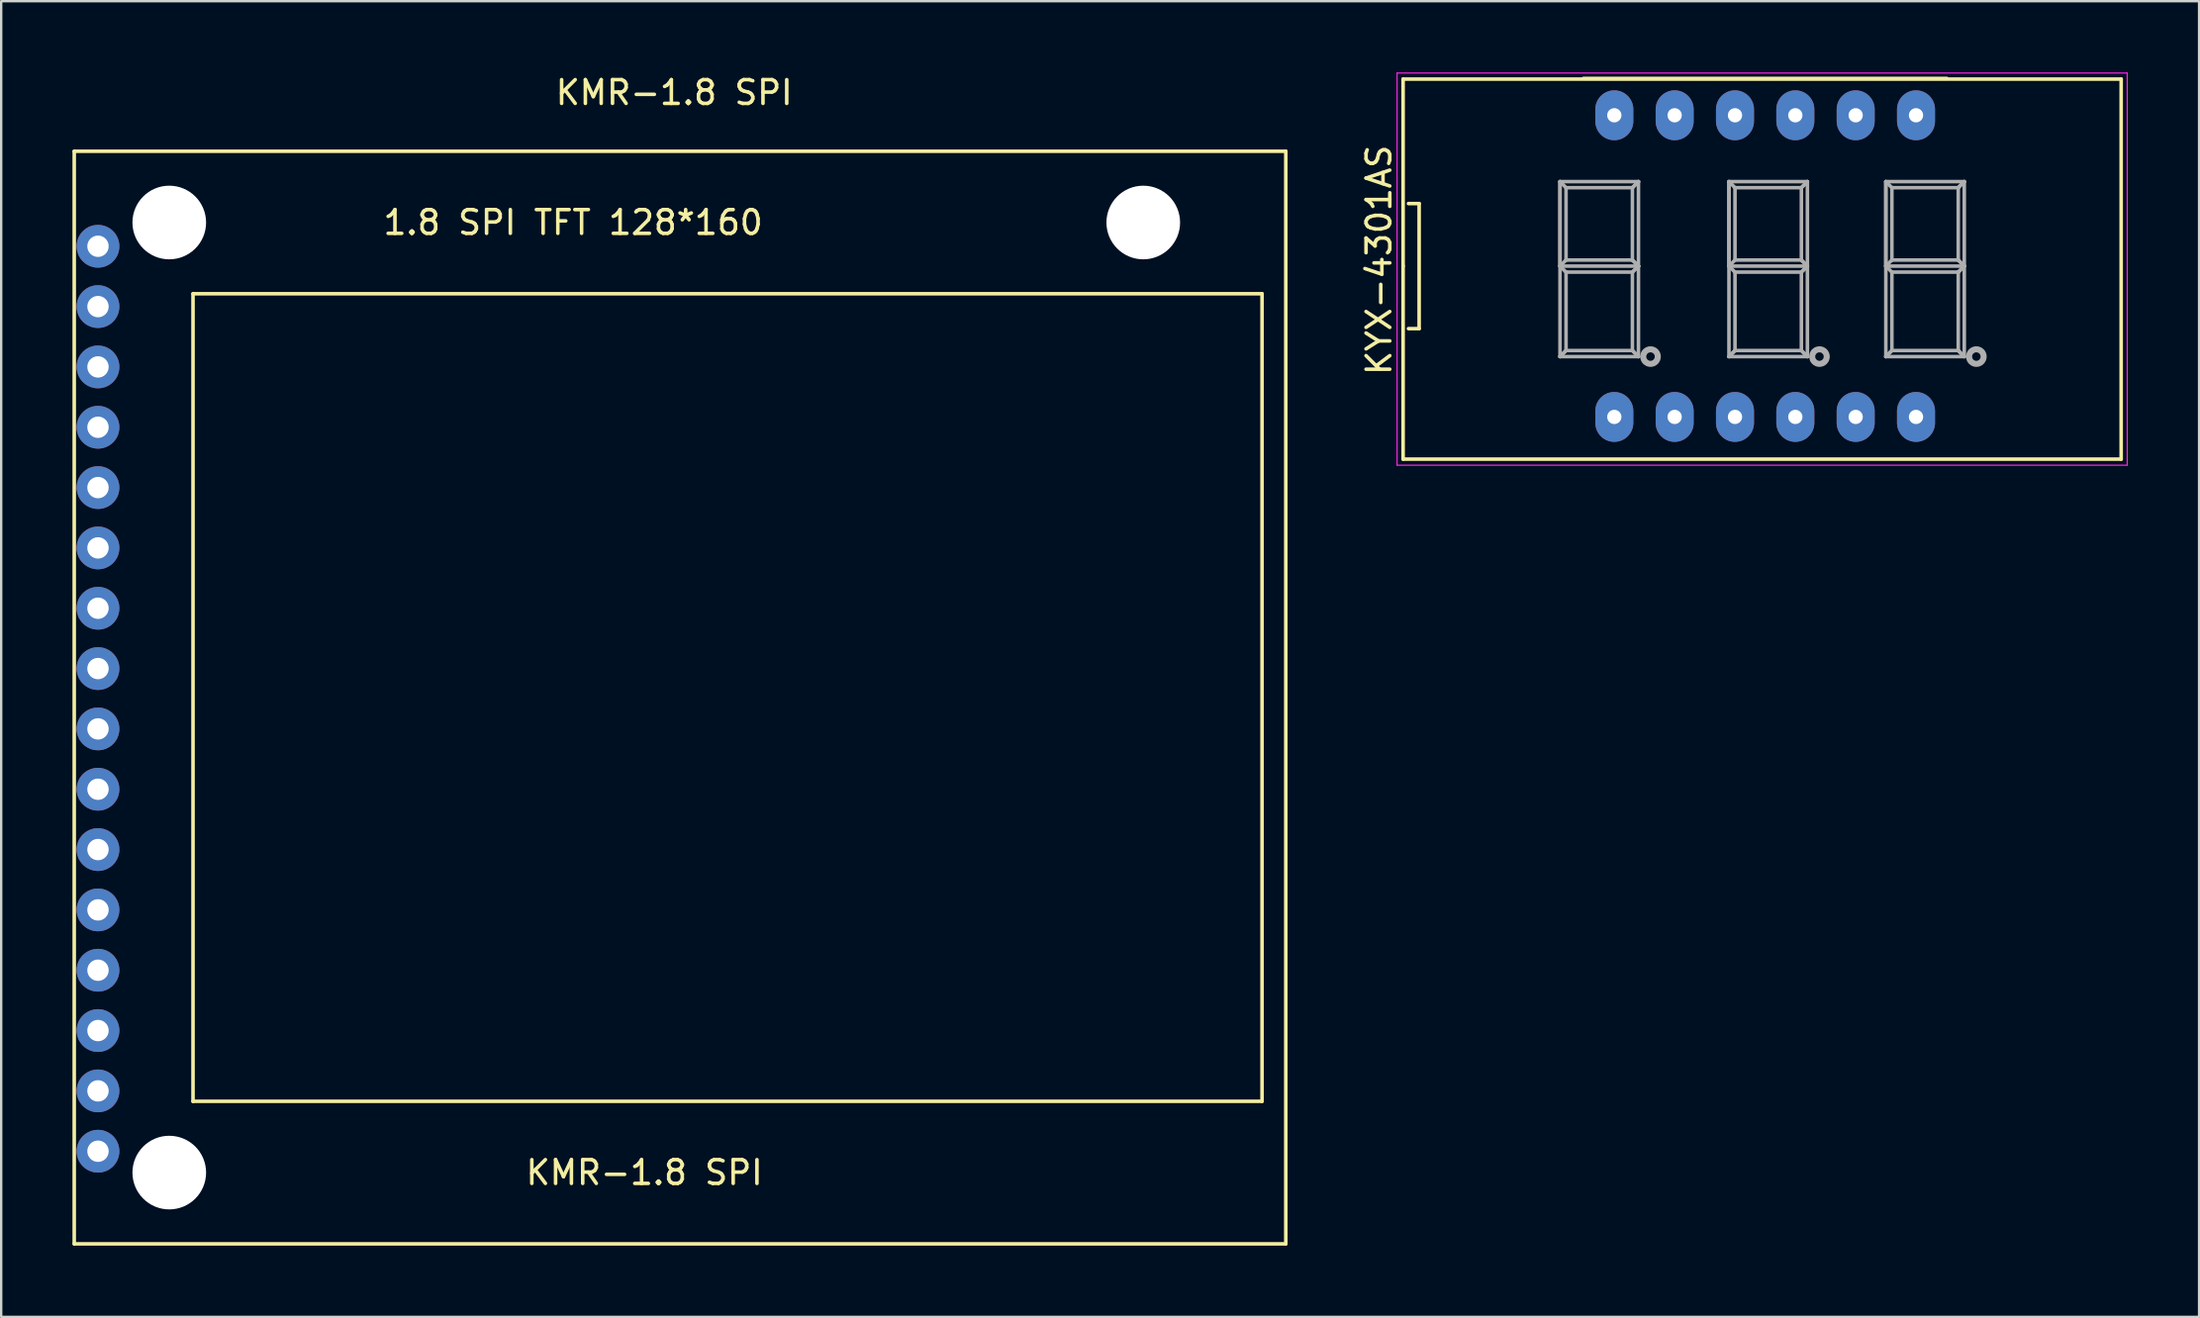
<source format=kicad_pcb>
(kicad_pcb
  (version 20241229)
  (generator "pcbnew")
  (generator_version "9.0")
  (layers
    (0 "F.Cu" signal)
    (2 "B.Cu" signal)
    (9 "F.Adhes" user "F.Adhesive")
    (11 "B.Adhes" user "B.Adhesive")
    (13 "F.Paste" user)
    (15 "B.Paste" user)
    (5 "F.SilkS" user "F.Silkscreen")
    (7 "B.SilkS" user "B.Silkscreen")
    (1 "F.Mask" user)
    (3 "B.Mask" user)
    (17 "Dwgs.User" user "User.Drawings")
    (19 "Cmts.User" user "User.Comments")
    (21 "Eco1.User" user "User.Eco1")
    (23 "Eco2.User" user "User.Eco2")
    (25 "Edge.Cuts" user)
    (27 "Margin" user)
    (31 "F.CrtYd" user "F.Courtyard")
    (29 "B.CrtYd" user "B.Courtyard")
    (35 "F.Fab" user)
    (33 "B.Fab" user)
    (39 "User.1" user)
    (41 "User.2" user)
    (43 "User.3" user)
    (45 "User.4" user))
  (footprint "KYX-4301AS"
    (layer "F.Cu")
    (at 71.254 8.153)
    (property "Reference" "KYX-4301AS" (at -16.256 -0.254 90) (layer "F.SilkS") (effects (font (size 1 1) (thickness 0.15))))
    (attr through_hole)
    (fp_line (start -15.24 -7.874) (end -15.24 0) (stroke (width 0.15) (type solid)) (layer "F.SilkS"))
    (fp_line (start -15.24 0) (end -15.24 8.128) (stroke (width 0.15) (type solid)) (layer "F.SilkS"))
    (fp_line (start -15.24 8.128) (end 14.986 8.128) (stroke (width 0.15) (type solid)) (layer "F.SilkS"))
    (fp_line (start -15.016 -2.633) (end -14.566 -2.633) (stroke (width 0.15) (type solid)) (layer "F.SilkS"))
    (fp_line (start -14.566 -2.633) (end -14.566 2.633) (stroke (width 0.15) (type solid)) (layer "F.SilkS"))
    (fp_line (start -14.566 2.633) (end -15.016 2.633) (stroke (width 0.15) (type solid)) (layer "F.SilkS"))
    (fp_line (start 7.65 -7.9) (end -7.65 -7.9) (stroke (width 0.15) (type solid)) (layer "F.SilkS"))
    (fp_line (start 14.986 -7.874) (end -15.24 -7.874) (stroke (width 0.15) (type solid)) (layer "F.SilkS"))
    (fp_line (start 14.986 8.128) (end 14.986 -7.874) (stroke (width 0.15) (type solid)) (layer "F.SilkS"))
    (fp_line (start -15.494 -8.128) (end 15.24 -8.128) (stroke (width 0.05) (type solid)) (layer "F.CrtYd"))
    (fp_line (start -15.494 8.382) (end -15.494 -8.128) (stroke (width 0.05) (type solid)) (layer "F.CrtYd"))
    (fp_line (start 15.24 -8.128) (end 15.24 8.382) (stroke (width 0.05) (type solid)) (layer "F.CrtYd"))
    (fp_line (start 15.24 8.382) (end -15.494 8.382) (stroke (width 0.05) (type solid)) (layer "F.CrtYd"))
    (fp_line (start -8.636 -3.556) (end -8.636 3.81) (stroke (width 0.15) (type solid)) (layer "F.Fab"))
    (fp_line (start -8.636 -3.556) (end -8.382 -3.302) (stroke (width 0.15) (type solid)) (layer "F.Fab"))
    (fp_line (start -8.636 0) (end -8.636 -3.556) (stroke (width 0.15) (type solid)) (layer "F.Fab"))
    (fp_line (start -8.636 0) (end -8.382 0.254) (stroke (width 0.15) (type solid)) (layer "F.Fab"))
    (fp_line (start -8.636 0) (end -5.334 0) (stroke (width 0.15) (type solid)) (layer "F.Fab"))
    (fp_line (start -8.636 3.81) (end -8.382 3.556) (stroke (width 0.15) (type solid)) (layer "F.Fab"))
    (fp_line (start -8.636 3.81) (end -5.334 3.81) (stroke (width 0.15) (type solid)) (layer "F.Fab"))
    (fp_line (start -8.382 -3.302) (end -8.382 -0.254) (stroke (width 0.15) (type solid)) (layer "F.Fab"))
    (fp_line (start -8.382 -3.302) (end -5.588 -3.302) (stroke (width 0.15) (type solid)) (layer "F.Fab"))
    (fp_line (start -8.382 -0.254) (end -8.636 0) (stroke (width 0.15) (type solid)) (layer "F.Fab"))
    (fp_line (start -8.382 0.254) (end -8.382 3.556) (stroke (width 0.15) (type solid)) (layer "F.Fab"))
    (fp_line (start -8.382 3.556) (end -8.636 3.81) (stroke (width 0.15) (type solid)) (layer "F.Fab"))
    (fp_line (start -8.382 3.556) (end -5.588 3.556) (stroke (width 0.15) (type solid)) (layer "F.Fab"))
    (fp_line (start -5.588 -3.302) (end -5.588 -0.254) (stroke (width 0.15) (type solid)) (layer "F.Fab"))
    (fp_line (start -5.588 -3.302) (end -5.334 -3.556) (stroke (width 0.15) (type solid)) (layer "F.Fab"))
    (fp_line (start -5.588 -0.254) (end -8.382 -0.254) (stroke (width 0.15) (type solid)) (layer "F.Fab"))
    (fp_line (start -5.588 -0.254) (end -5.334 0) (stroke (width 0.15) (type solid)) (layer "F.Fab"))
    (fp_line (start -5.588 0.254) (end -8.382 0.254) (stroke (width 0.15) (type solid)) (layer "F.Fab"))
    (fp_line (start -5.588 0.254) (end -5.334 0) (stroke (width 0.15) (type solid)) (layer "F.Fab"))
    (fp_line (start -5.588 3.556) (end -5.588 0.254) (stroke (width 0.15) (type solid)) (layer "F.Fab"))
    (fp_line (start -5.588 3.556) (end -5.334 3.81) (stroke (width 0.15) (type solid)) (layer "F.Fab"))
    (fp_line (start -5.334 -3.556) (end -8.636 -3.556) (stroke (width 0.15) (type solid)) (layer "F.Fab"))
    (fp_line (start -5.334 -3.556) (end -5.588 -3.302) (stroke (width 0.15) (type solid)) (layer "F.Fab"))
    (fp_line (start -5.334 0) (end -5.588 -0.254) (stroke (width 0.15) (type solid)) (layer "F.Fab"))
    (fp_line (start -5.334 0) (end -5.588 0.254) (stroke (width 0.15) (type solid)) (layer "F.Fab"))
    (fp_line (start -5.334 3.81) (end -5.588 3.556) (stroke (width 0.15) (type solid)) (layer "F.Fab"))
    (fp_line (start -5.334 3.81) (end -5.334 -3.556) (stroke (width 0.15) (type solid)) (layer "F.Fab"))
    (fp_line (start -1.524 -3.556) (end -1.524 3.81) (stroke (width 0.15) (type solid)) (layer "F.Fab"))
    (fp_line (start -1.524 -3.556) (end -1.27 -3.302) (stroke (width 0.15) (type solid)) (layer "F.Fab"))
    (fp_line (start -1.524 0) (end -1.524 -3.556) (stroke (width 0.15) (type solid)) (layer "F.Fab"))
    (fp_line (start -1.524 0) (end -1.27 0.254) (stroke (width 0.15) (type solid)) (layer "F.Fab"))
    (fp_line (start -1.524 0) (end 1.778 0) (stroke (width 0.15) (type solid)) (layer "F.Fab"))
    (fp_line (start -1.524 3.81) (end -1.27 3.556) (stroke (width 0.15) (type solid)) (layer "F.Fab"))
    (fp_line (start -1.524 3.81) (end 1.778 3.81) (stroke (width 0.15) (type solid)) (layer "F.Fab"))
    (fp_line (start -1.27 -3.302) (end -1.27 -0.254) (stroke (width 0.15) (type solid)) (layer "F.Fab"))
    (fp_line (start -1.27 -3.302) (end 1.524 -3.302) (stroke (width 0.15) (type solid)) (layer "F.Fab"))
    (fp_line (start -1.27 -0.254) (end -1.524 0) (stroke (width 0.15) (type solid)) (layer "F.Fab"))
    (fp_line (start -1.27 0.254) (end -1.27 3.556) (stroke (width 0.15) (type solid)) (layer "F.Fab"))
    (fp_line (start -1.27 3.556) (end -1.524 3.81) (stroke (width 0.15) (type solid)) (layer "F.Fab"))
    (fp_line (start -1.27 3.556) (end 1.524 3.556) (stroke (width 0.15) (type solid)) (layer "F.Fab"))
    (fp_line (start 1.524 -3.302) (end 1.524 -0.254) (stroke (width 0.15) (type solid)) (layer "F.Fab"))
    (fp_line (start 1.524 -3.302) (end 1.778 -3.556) (stroke (width 0.15) (type solid)) (layer "F.Fab"))
    (fp_line (start 1.524 -0.254) (end -1.27 -0.254) (stroke (width 0.15) (type solid)) (layer "F.Fab"))
    (fp_line (start 1.524 -0.254) (end 1.778 0) (stroke (width 0.15) (type solid)) (layer "F.Fab"))
    (fp_line (start 1.524 0.254) (end -1.27 0.254) (stroke (width 0.15) (type solid)) (layer "F.Fab"))
    (fp_line (start 1.524 0.254) (end 1.778 0) (stroke (width 0.15) (type solid)) (layer "F.Fab"))
    (fp_line (start 1.524 3.556) (end 1.524 0.254) (stroke (width 0.15) (type solid)) (layer "F.Fab"))
    (fp_line (start 1.524 3.556) (end 1.778 3.81) (stroke (width 0.15) (type solid)) (layer "F.Fab"))
    (fp_line (start 1.778 -3.556) (end -1.524 -3.556) (stroke (width 0.15) (type solid)) (layer "F.Fab"))
    (fp_line (start 1.778 -3.556) (end 1.524 -3.302) (stroke (width 0.15) (type solid)) (layer "F.Fab"))
    (fp_line (start 1.778 0) (end 1.524 -0.254) (stroke (width 0.15) (type solid)) (layer "F.Fab"))
    (fp_line (start 1.778 0) (end 1.524 0.254) (stroke (width 0.15) (type solid)) (layer "F.Fab"))
    (fp_line (start 1.778 3.81) (end 1.524 3.556) (stroke (width 0.15) (type solid)) (layer "F.Fab"))
    (fp_line (start 1.778 3.81) (end 1.778 -3.556) (stroke (width 0.15) (type solid)) (layer "F.Fab"))
    (fp_line (start 5.08 -3.556) (end 5.08 3.81) (stroke (width 0.15) (type solid)) (layer "F.Fab"))
    (fp_line (start 5.08 -3.556) (end 5.334 -3.302) (stroke (width 0.15) (type solid)) (layer "F.Fab"))
    (fp_line (start 5.08 0) (end 5.08 -3.556) (stroke (width 0.15) (type solid)) (layer "F.Fab"))
    (fp_line (start 5.08 0) (end 5.334 0.254) (stroke (width 0.15) (type solid)) (layer "F.Fab"))
    (fp_line (start 5.08 0) (end 8.382 0) (stroke (width 0.15) (type solid)) (layer "F.Fab"))
    (fp_line (start 5.08 3.81) (end 5.334 3.556) (stroke (width 0.15) (type solid)) (layer "F.Fab"))
    (fp_line (start 5.08 3.81) (end 8.382 3.81) (stroke (width 0.15) (type solid)) (layer "F.Fab"))
    (fp_line (start 5.334 -3.302) (end 5.334 -0.254) (stroke (width 0.15) (type solid)) (layer "F.Fab"))
    (fp_line (start 5.334 -3.302) (end 8.128 -3.302) (stroke (width 0.15) (type solid)) (layer "F.Fab"))
    (fp_line (start 5.334 -0.254) (end 5.08 0) (stroke (width 0.15) (type solid)) (layer "F.Fab"))
    (fp_line (start 5.334 0.254) (end 5.334 3.556) (stroke (width 0.15) (type solid)) (layer "F.Fab"))
    (fp_line (start 5.334 3.556) (end 5.08 3.81) (stroke (width 0.15) (type solid)) (layer "F.Fab"))
    (fp_line (start 5.334 3.556) (end 8.128 3.556) (stroke (width 0.15) (type solid)) (layer "F.Fab"))
    (fp_line (start 8.128 -3.302) (end 8.128 -0.254) (stroke (width 0.15) (type solid)) (layer "F.Fab"))
    (fp_line (start 8.128 -3.302) (end 8.382 -3.556) (stroke (width 0.15) (type solid)) (layer "F.Fab"))
    (fp_line (start 8.128 -0.254) (end 5.334 -0.254) (stroke (width 0.15) (type solid)) (layer "F.Fab"))
    (fp_line (start 8.128 -0.254) (end 8.382 0) (stroke (width 0.15) (type solid)) (layer "F.Fab"))
    (fp_line (start 8.128 0.254) (end 5.334 0.254) (stroke (width 0.15) (type solid)) (layer "F.Fab"))
    (fp_line (start 8.128 0.254) (end 8.382 0) (stroke (width 0.15) (type solid)) (layer "F.Fab"))
    (fp_line (start 8.128 3.556) (end 8.128 0.254) (stroke (width 0.15) (type solid)) (layer "F.Fab"))
    (fp_line (start 8.128 3.556) (end 8.382 3.81) (stroke (width 0.15) (type solid)) (layer "F.Fab"))
    (fp_line (start 8.382 -3.556) (end 5.08 -3.556) (stroke (width 0.15) (type solid)) (layer "F.Fab"))
    (fp_line (start 8.382 -3.556) (end 8.128 -3.302) (stroke (width 0.15) (type solid)) (layer "F.Fab"))
    (fp_line (start 8.382 0) (end 8.128 -0.254) (stroke (width 0.15) (type solid)) (layer "F.Fab"))
    (fp_line (start 8.382 0) (end 8.128 0.254) (stroke (width 0.15) (type solid)) (layer "F.Fab"))
    (fp_line (start 8.382 3.81) (end 8.128 3.556) (stroke (width 0.15) (type solid)) (layer "F.Fab"))
    (fp_line (start 8.382 3.81) (end 8.382 -3.556) (stroke (width 0.15) (type solid)) (layer "F.Fab"))
    (fp_circle (center -4.826 3.81) (end -4.572 3.81) (stroke (width 0.15) (type solid)) (fill no) (layer "F.Fab"))
    (fp_circle (center -4.826 3.81) (end -4.572 4.064) (stroke (width 0.15) (type solid)) (fill no) (layer "F.Fab"))
    (fp_circle (center 2.286 3.81) (end 2.54 3.81) (stroke (width 0.15) (type solid)) (fill no) (layer "F.Fab"))
    (fp_circle (center 2.286 3.81) (end 2.54 4.064) (stroke (width 0.15) (type solid)) (fill no) (layer "F.Fab"))
    (fp_circle (center 8.89 3.81) (end 9.144 3.81) (stroke (width 0.15) (type solid)) (fill no) (layer "F.Fab"))
    (fp_circle (center 8.89 3.81) (end 9.144 4.064) (stroke (width 0.15) (type solid)) (fill no) (layer "F.Fab"))
    (pad "1" thru_hole oval (at -6.35 6.35) (size 1.6 2.1) (drill 0.6) (layers "*.Cu" "*.Mask"))
    (pad "2" thru_hole oval (at -3.81 6.35) (size 1.6 2.1) (drill 0.6) (layers "*.Cu" "*.Mask"))
    (pad "3" thru_hole oval (at -1.27 6.35) (size 1.6 2.1) (drill 0.6) (layers "*.Cu" "*.Mask"))
    (pad "4" thru_hole oval (at 1.27 6.35) (size 1.6 2.1) (drill 0.6) (layers "*.Cu" "*.Mask"))
    (pad "5" thru_hole oval (at 3.81 6.35) (size 1.6 2.1) (drill 0.6) (layers "*.Cu" "*.Mask"))
    (pad "6" thru_hole oval (at 6.35 6.35) (size 1.6 2.1) (drill 0.6) (layers "*.Cu" "*.Mask"))
    (pad "7" thru_hole oval (at 6.35 -6.35) (size 1.6 2.1) (drill 0.6) (layers "*.Cu" "*.Mask"))
    (pad "8" thru_hole oval (at 3.81 -6.35) (size 1.6 2.1) (drill 0.6) (layers "*.Cu" "*.Mask"))
    (pad "9" thru_hole oval (at 1.27 -6.35) (size 1.6 2.1) (drill 0.6) (layers "*.Cu" "*.Mask"))
    (pad "10" thru_hole oval (at -1.27 -6.35) (size 1.6 2.1) (drill 0.6) (layers "*.Cu" "*.Mask"))
    (pad "11" thru_hole oval (at -3.81 -6.35) (size 1.6 2.1) (drill 0.6) (layers "*.Cu" "*.Mask"))
    (pad "12" thru_hole oval (at -6.35 -6.35) (size 1.6 2.1) (drill 0.6) (layers "*.Cu" "*.Mask")))
  (footprint "KMR-1.8 SPI"
    (layer "F.Cu")
    (at 25.075 25.318)
    (property "Reference" "KMR-1.8 SPI" (at 0.254 -24.47 0) (layer "F.SilkS") (effects (font (size 1 1) (thickness 0.15))))
    (attr through_hole)
    (fp_line (start -25 -22) (end 26 -22) (stroke (width 0.15) (type solid)) (layer "F.SilkS"))
    (fp_line (start -25 24) (end -25 -22) (stroke (width 0.15) (type solid)) (layer "F.SilkS"))
    (fp_line (start -20 -16) (end 25 -16) (stroke (width 0.15) (type solid)) (layer "F.SilkS"))
    (fp_line (start -20 18) (end -20 -16) (stroke (width 0.15) (type solid)) (layer "F.SilkS"))
    (fp_line (start 25 -16) (end 25 18) (stroke (width 0.15) (type solid)) (layer "F.SilkS"))
    (fp_line (start 25 18) (end -20 18) (stroke (width 0.15) (type solid)) (layer "F.SilkS"))
    (fp_line (start 26 -22) (end 26 24) (stroke (width 0.15) (type solid)) (layer "F.SilkS"))
    (fp_line (start 26 24) (end -25 24) (stroke (width 0.15) (type solid)) (layer "F.SilkS"))
    (fp_text user "1.8 SPI TFT 128*160" (at -4 -19 0) (layer "F.SilkS") (effects (font (size 1 1) (thickness 0.15))))
    (fp_text user "KMR-1.8 SPI" (at -1 21 0) (layer "F.SilkS") (effects (font (size 1 1) (thickness 0.15))))
    (pad "" np_thru_hole circle (at -21 -19) (size 3.1 3.1) (drill 3.1) (layers "*.Cu" "*.Mask"))
    (pad "" np_thru_hole circle (at -21 21) (size 3.1 3.1) (drill 3.1) (layers "*.Cu" "*.Mask"))
    (pad "" np_thru_hole circle (at 20 -19) (size 3.1 3.1) (drill 3.1) (layers "*.Cu" "*.Mask"))
    (pad "1" thru_hole circle (at -24 -18) (size 1.8 1.8) (drill 0.9) (layers "*.Cu" "*.Mask"))
    (pad "2" thru_hole circle (at -24 -15.46) (size 1.8 1.8) (drill 0.9) (layers "*.Cu" "*.Mask"))
    (pad "3" thru_hole circle (at -24 -12.92) (size 1.8 1.8) (drill 0.9) (layers "*.Cu" "*.Mask"))
    (pad "4" thru_hole circle (at -24 -10.38) (size 1.8 1.8) (drill 0.9) (layers "*.Cu" "*.Mask"))
    (pad "5" thru_hole circle (at -24 -7.84) (size 1.8 1.8) (drill 0.9) (layers "*.Cu" "*.Mask"))
    (pad "6" thru_hole circle (at -24 -5.3) (size 1.8 1.8) (drill 0.9) (layers "*.Cu" "*.Mask"))
    (pad "7" thru_hole circle (at -24 -2.76) (size 1.8 1.8) (drill 0.9) (layers "*.Cu" "*.Mask"))
    (pad "8" thru_hole circle (at -24 -0.22) (size 1.8 1.8) (drill 0.9) (layers "*.Cu" "*.Mask"))
    (pad "9" thru_hole circle (at -24 2.32) (size 1.8 1.8) (drill 0.9) (layers "*.Cu" "*.Mask"))
    (pad "10" thru_hole circle (at -24 4.86) (size 1.8 1.8) (drill 0.9) (layers "*.Cu" "*.Mask"))
    (pad "11" thru_hole circle (at -24 7.4) (size 1.8 1.8) (drill 0.9) (layers "*.Cu" "*.Mask"))
    (pad "12" thru_hole circle (at -24 9.94) (size 1.8 1.8) (drill 0.9) (layers "*.Cu" "*.Mask"))
    (pad "13" thru_hole circle (at -24 12.48) (size 1.8 1.8) (drill 0.9) (layers "*.Cu" "*.Mask"))
    (pad "14" thru_hole circle (at -24 15.02) (size 1.8 1.8) (drill 0.9) (layers "*.Cu" "*.Mask"))
    (pad "15" thru_hole circle (at -24 17.56) (size 1.8 1.8) (drill 0.9) (layers "*.Cu" "*.Mask"))
    (pad "16" thru_hole circle (at -24 20.1) (size 1.8 1.8) (drill 0.9) (layers "*.Cu" "*.Mask")))
  (gr_rect
    (start -3 -3)
    (end 89.519 52.393)
    (stroke (width 0.1) (type default))
    (fill no)
    (layer "Edge.Cuts")))
</source>
